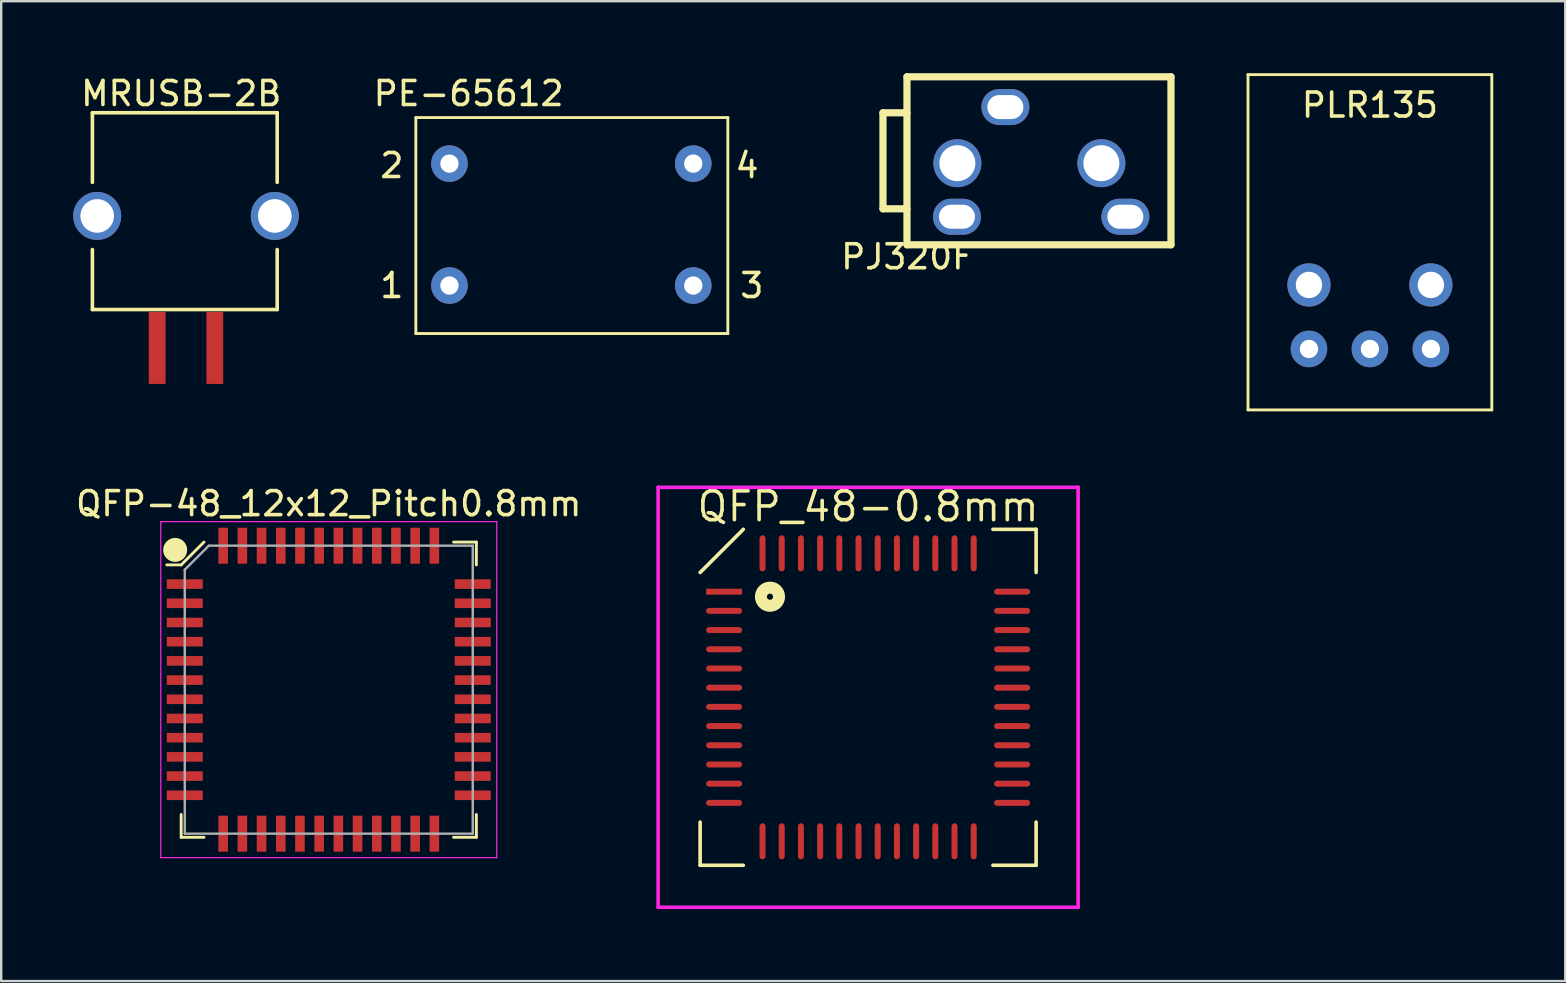
<source format=kicad_pcb>
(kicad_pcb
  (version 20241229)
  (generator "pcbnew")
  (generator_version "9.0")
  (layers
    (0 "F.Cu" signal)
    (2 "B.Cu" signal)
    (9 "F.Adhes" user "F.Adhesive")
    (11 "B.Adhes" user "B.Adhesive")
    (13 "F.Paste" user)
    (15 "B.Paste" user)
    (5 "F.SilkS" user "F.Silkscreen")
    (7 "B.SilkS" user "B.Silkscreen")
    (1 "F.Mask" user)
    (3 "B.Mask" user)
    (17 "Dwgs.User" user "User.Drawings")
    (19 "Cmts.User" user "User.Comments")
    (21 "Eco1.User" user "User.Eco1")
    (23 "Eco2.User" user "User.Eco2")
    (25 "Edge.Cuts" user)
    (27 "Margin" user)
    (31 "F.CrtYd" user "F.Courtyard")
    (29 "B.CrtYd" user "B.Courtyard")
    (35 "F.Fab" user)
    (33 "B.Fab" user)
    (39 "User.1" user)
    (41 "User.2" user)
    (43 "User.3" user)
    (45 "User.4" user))
  (footprint "QFP_48-0.8mm"
    (layer "F.Cu")
    (at 33.123 26.005)
    (property "Reference" "QFP_48-0.8mm" (at 0 -7.95 0) (layer "F.SilkS") (effects (font (size 1.2 1.2) (thickness 0.15))))
    (attr through_hole)
    (fp_line (start -7 -5.2) (end -5.2 -7) (stroke (width 0.15) (type solid)) (layer "F.SilkS"))
    (fp_line (start -7 7) (end -7 5.2) (stroke (width 0.15) (type solid)) (layer "F.SilkS"))
    (fp_line (start -5.2 7) (end -7 7) (stroke (width 0.15) (type solid)) (layer "F.SilkS"))
    (fp_line (start 5.2 -7) (end 7 -7) (stroke (width 0.15) (type solid)) (layer "F.SilkS"))
    (fp_line (start 5.2 7) (end 7 7) (stroke (width 0.15) (type solid)) (layer "F.SilkS"))
    (fp_line (start 7 -7) (end 7 -5.2) (stroke (width 0.15) (type solid)) (layer "F.SilkS"))
    (fp_line (start 7 7) (end 7 5.2) (stroke (width 0.15) (type solid)) (layer "F.SilkS"))
    (fp_circle (center -4.089 -4.191) (end -4.216 -4.547) (stroke (width 0.5) (type solid)) (fill no) (layer "F.SilkS"))
    (fp_line (start -8.75 -8.75) (end 8.75 -8.75) (stroke (width 0.15) (type solid)) (layer "F.CrtYd"))
    (fp_line (start -8.75 8.75) (end -8.75 -8.75) (stroke (width 0.15) (type solid)) (layer "F.CrtYd"))
    (fp_line (start 8.75 -8.75) (end 8.75 8.75) (stroke (width 0.15) (type solid)) (layer "F.CrtYd"))
    (fp_line (start 8.75 8.75) (end -8.75 8.75) (stroke (width 0.15) (type solid)) (layer "F.CrtYd"))
    (pad "1" smd rect (at -6 -4.4 90) (size 0.25 1.5) (layers "F.Cu" "F.Mask" "F.Paste"))
    (pad "2" smd oval (at -6 -3.6 90) (size 0.25 1.5) (layers "F.Cu" "F.Mask" "F.Paste"))
    (pad "3" smd oval (at -6 -2.8 90) (size 0.25 1.5) (layers "F.Cu" "F.Mask" "F.Paste"))
    (pad "4" smd oval (at -6 -2 90) (size 0.25 1.5) (layers "F.Cu" "F.Mask" "F.Paste"))
    (pad "5" smd oval (at -6 -1.2 90) (size 0.25 1.5) (layers "F.Cu" "F.Mask" "F.Paste"))
    (pad "6" smd oval (at -6 -0.4 90) (size 0.25 1.5) (layers "F.Cu" "F.Mask" "F.Paste"))
    (pad "7" smd oval (at -6 0.4 90) (size 0.25 1.5) (layers "F.Cu" "F.Mask" "F.Paste"))
    (pad "8" smd oval (at -6 1.2 90) (size 0.25 1.5) (layers "F.Cu" "F.Mask" "F.Paste"))
    (pad "9" smd oval (at -6 2 90) (size 0.25 1.5) (layers "F.Cu" "F.Mask" "F.Paste"))
    (pad "10" smd oval (at -6 2.8 90) (size 0.25 1.5) (layers "F.Cu" "F.Mask" "F.Paste"))
    (pad "11" smd oval (at -6 3.6 90) (size 0.25 1.5) (layers "F.Cu" "F.Mask" "F.Paste"))
    (pad "12" smd oval (at -6 4.4 90) (size 0.25 1.5) (layers "F.Cu" "F.Mask" "F.Paste"))
    (pad "13" smd oval (at -4.4 6) (size 0.25 1.5) (layers "F.Cu" "F.Mask" "F.Paste"))
    (pad "14" smd oval (at -3.6 6) (size 0.25 1.5) (layers "F.Cu" "F.Mask" "F.Paste"))
    (pad "15" smd oval (at -2.8 6) (size 0.25 1.5) (layers "F.Cu" "F.Mask" "F.Paste"))
    (pad "16" smd oval (at -2 6) (size 0.25 1.5) (layers "F.Cu" "F.Mask" "F.Paste"))
    (pad "17" smd oval (at -1.2 6) (size 0.25 1.5) (layers "F.Cu" "F.Mask" "F.Paste"))
    (pad "18" smd oval (at -0.4 6) (size 0.25 1.5) (layers "F.Cu" "F.Mask" "F.Paste"))
    (pad "19" smd oval (at 0.4 6) (size 0.25 1.5) (layers "F.Cu" "F.Mask" "F.Paste"))
    (pad "20" smd oval (at 1.2 6) (size 0.25 1.5) (layers "F.Cu" "F.Mask" "F.Paste"))
    (pad "21" smd oval (at 2 6) (size 0.25 1.5) (layers "F.Cu" "F.Mask" "F.Paste"))
    (pad "22" smd oval (at 2.8 6) (size 0.25 1.5) (layers "F.Cu" "F.Mask" "F.Paste"))
    (pad "23" smd oval (at 3.6 6) (size 0.25 1.5) (layers "F.Cu" "F.Mask" "F.Paste"))
    (pad "24" smd oval (at 4.4 6) (size 0.25 1.5) (layers "F.Cu" "F.Mask" "F.Paste"))
    (pad "25" smd oval (at 6 4.4 90) (size 0.25 1.5) (layers "F.Cu" "F.Mask" "F.Paste"))
    (pad "26" smd oval (at 6 3.6 90) (size 0.25 1.5) (layers "F.Cu" "F.Mask" "F.Paste"))
    (pad "27" smd oval (at 6 2.8 90) (size 0.25 1.5) (layers "F.Cu" "F.Mask" "F.Paste"))
    (pad "28" smd oval (at 6 2 90) (size 0.25 1.5) (layers "F.Cu" "F.Mask" "F.Paste"))
    (pad "29" smd oval (at 6 1.2 90) (size 0.25 1.5) (layers "F.Cu" "F.Mask" "F.Paste"))
    (pad "30" smd oval (at 6 0.4 90) (size 0.25 1.5) (layers "F.Cu" "F.Mask" "F.Paste"))
    (pad "31" smd oval (at 6 -0.4 90) (size 0.25 1.5) (layers "F.Cu" "F.Mask" "F.Paste"))
    (pad "32" smd oval (at 6 -1.2 90) (size 0.25 1.5) (layers "F.Cu" "F.Mask" "F.Paste"))
    (pad "33" smd oval (at 6 -2 90) (size 0.25 1.5) (layers "F.Cu" "F.Mask" "F.Paste"))
    (pad "34" smd oval (at 6 -2.8 90) (size 0.25 1.5) (layers "F.Cu" "F.Mask" "F.Paste"))
    (pad "35" smd oval (at 6 -3.6 90) (size 0.25 1.5) (layers "F.Cu" "F.Mask" "F.Paste"))
    (pad "36" smd oval (at 6 -4.4 90) (size 0.25 1.5) (layers "F.Cu" "F.Mask" "F.Paste"))
    (pad "37" smd oval (at 4.4 -6) (size 0.25 1.5) (layers "F.Cu" "F.Mask" "F.Paste"))
    (pad "38" smd oval (at 3.6 -6) (size 0.25 1.5) (layers "F.Cu" "F.Mask" "F.Paste"))
    (pad "39" smd oval (at 2.8 -6) (size 0.25 1.5) (layers "F.Cu" "F.Mask" "F.Paste"))
    (pad "40" smd oval (at 2 -6) (size 0.25 1.5) (layers "F.Cu" "F.Mask" "F.Paste"))
    (pad "41" smd oval (at 1.2 -6) (size 0.25 1.5) (layers "F.Cu" "F.Mask" "F.Paste"))
    (pad "42" smd oval (at 0.4 -6) (size 0.25 1.5) (layers "F.Cu" "F.Mask" "F.Paste"))
    (pad "43" smd oval (at -0.4 -6) (size 0.25 1.5) (layers "F.Cu" "F.Mask" "F.Paste"))
    (pad "44" smd oval (at -1.2 -6) (size 0.25 1.5) (layers "F.Cu" "F.Mask" "F.Paste"))
    (pad "45" smd oval (at -2 -6) (size 0.25 1.5) (layers "F.Cu" "F.Mask" "F.Paste"))
    (pad "46" smd oval (at -2.8 -6) (size 0.25 1.5) (layers "F.Cu" "F.Mask" "F.Paste"))
    (pad "47" smd oval (at -3.6 -6) (size 0.25 1.5) (layers "F.Cu" "F.Mask" "F.Paste"))
    (pad "48" smd oval (at -4.4 -6) (size 0.25 1.5) (layers "F.Cu" "F.Mask" "F.Paste")))
  (footprint "PE-65612"
    (layer "F.Cu")
    (at 15.677 8.848)
    (property "Reference" "PE-65612" (at 0.8 -8 0) (layer "F.SilkS") (effects (font (size 1 1) (thickness 0.15))))
    (attr through_hole)
    (fp_line (start -1.4 -7) (end 11.6 -7) (stroke (width 0.12) (type solid)) (layer "F.SilkS"))
    (fp_line (start -1.4 2) (end -1.4 -7) (stroke (width 0.12) (type solid)) (layer "F.SilkS"))
    (fp_line (start 11.6 -7) (end 11.6 2) (stroke (width 0.12) (type solid)) (layer "F.SilkS"))
    (fp_line (start 11.6 2) (end -1.4 2) (stroke (width 0.12) (type solid)) (layer "F.SilkS"))
    (fp_text user "4" (at 12.4 -5 0) (layer "F.SilkS") (effects (font (size 1 1) (thickness 0.15))))
    (fp_text user "2" (at -2.4 -5 0) (layer "F.SilkS") (effects (font (size 1 1) (thickness 0.15))))
    (fp_text user "3" (at 12.6 0 0) (layer "F.SilkS") (effects (font (size 1 1) (thickness 0.15))))
    (fp_text user "1" (at -2.4 0 0) (layer "F.SilkS") (effects (font (size 1 1) (thickness 0.15))))
    (pad "1" thru_hole circle (at 0 0) (size 1.524 1.524) (drill 0.762) (layers "*.Cu" "*.Mask"))
    (pad "2" thru_hole circle (at 0 -5.08) (size 1.524 1.524) (drill 0.762) (layers "*.Cu" "*.Mask"))
    (pad "3" thru_hole circle (at 10.16 0) (size 1.524 1.524) (drill 0.762) (layers "*.Cu" "*.Mask"))
    (pad "4" thru_hole circle (at 10.16 -5.08) (size 1.524 1.524) (drill 0.762) (layers "*.Cu" "*.Mask")))
  (footprint "QFP-48_12x12_Pitch0.8mm"
    (layer "F.Cu")
    (at 10.649 25.688)
    (property "Reference" "QFP-48_12x12_Pitch0.8mm" (at 0 -7.75 0) (layer "F.SilkS") (effects (font (size 1 1) (thickness 0.15))))
    (attr smd)
    (fp_line (start -6.15 -5.2) (end -6.75 -5.2) (stroke (width 0.12) (type solid)) (layer "F.SilkS"))
    (fp_line (start -6.15 6.15) (end -6.15 5.2) (stroke (width 0.12) (type solid)) (layer "F.SilkS"))
    (fp_line (start -5.2 -6.15) (end -6.15 -5.2) (stroke (width 0.12) (type solid)) (layer "F.SilkS"))
    (fp_line (start -5.2 6.15) (end -6.15 6.15) (stroke (width 0.12) (type solid)) (layer "F.SilkS"))
    (fp_line (start 5.2 -6.15) (end 6.15 -6.15) (stroke (width 0.12) (type solid)) (layer "F.SilkS"))
    (fp_line (start 5.2 6.15) (end 6.15 6.15) (stroke (width 0.12) (type solid)) (layer "F.SilkS"))
    (fp_line (start 6.15 -6.15) (end 6.15 -5.2) (stroke (width 0.12) (type solid)) (layer "F.SilkS"))
    (fp_line (start 6.15 6.15) (end 6.15 5.2) (stroke (width 0.12) (type solid)) (layer "F.SilkS"))
    (fp_circle (center -6.4 -5.824) (end -6.4 -5.824) (stroke (width 0.5) (type solid)) (fill no) (layer "F.SilkS"))
    (fp_line (start -7 -7) (end 7 -7) (stroke (width 0.05) (type solid)) (layer "F.CrtYd"))
    (fp_line (start -7 7) (end -7 -7) (stroke (width 0.05) (type solid)) (layer "F.CrtYd"))
    (fp_line (start 7 -7) (end 7 7) (stroke (width 0.05) (type solid)) (layer "F.CrtYd"))
    (fp_line (start 7 7) (end -7 7) (stroke (width 0.05) (type solid)) (layer "F.CrtYd"))
    (fp_line (start -6 -5) (end -6 6) (stroke (width 0.1) (type solid)) (layer "F.Fab"))
    (fp_line (start -6 6) (end 6 6) (stroke (width 0.1) (type solid)) (layer "F.Fab"))
    (fp_line (start -5 -6) (end -6 -5) (stroke (width 0.1) (type solid)) (layer "F.Fab"))
    (fp_line (start 6 -6) (end -5 -6) (stroke (width 0.1) (type solid)) (layer "F.Fab"))
    (fp_line (start 6 6) (end 6 -6) (stroke (width 0.1) (type solid)) (layer "F.Fab"))
    (pad "1" smd rect (at -6 -4.4 90) (size 0.4 1.5) (layers "F.Cu" "F.Mask" "F.Paste"))
    (pad "2" smd rect (at -6 -3.6 90) (size 0.4 1.5) (layers "F.Cu" "F.Mask" "F.Paste"))
    (pad "3" smd rect (at -6 -2.8 90) (size 0.4 1.5) (layers "F.Cu" "F.Mask" "F.Paste"))
    (pad "4" smd rect (at -6 -2 90) (size 0.4 1.5) (layers "F.Cu" "F.Mask" "F.Paste"))
    (pad "5" smd rect (at -6 -1.2 90) (size 0.4 1.5) (layers "F.Cu" "F.Mask" "F.Paste"))
    (pad "6" smd rect (at -6 -0.4 90) (size 0.4 1.5) (layers "F.Cu" "F.Mask" "F.Paste"))
    (pad "7" smd rect (at -6 0.4 90) (size 0.4 1.5) (layers "F.Cu" "F.Mask" "F.Paste"))
    (pad "8" smd rect (at -6 1.2 90) (size 0.4 1.5) (layers "F.Cu" "F.Mask" "F.Paste"))
    (pad "9" smd rect (at -6 2 90) (size 0.4 1.5) (layers "F.Cu" "F.Mask" "F.Paste"))
    (pad "10" smd rect (at -6 2.8 90) (size 0.4 1.5) (layers "F.Cu" "F.Mask" "F.Paste"))
    (pad "11" smd rect (at -6 3.6 90) (size 0.4 1.5) (layers "F.Cu" "F.Mask" "F.Paste"))
    (pad "12" smd rect (at -6 4.4 90) (size 0.4 1.5) (layers "F.Cu" "F.Mask" "F.Paste"))
    (pad "13" smd rect (at -4.4 6) (size 0.4 1.5) (layers "F.Cu" "F.Mask" "F.Paste"))
    (pad "14" smd rect (at -3.6 6) (size 0.4 1.5) (layers "F.Cu" "F.Mask" "F.Paste"))
    (pad "15" smd rect (at -2.8 6) (size 0.4 1.5) (layers "F.Cu" "F.Mask" "F.Paste"))
    (pad "16" smd rect (at -2 6) (size 0.4 1.5) (layers "F.Cu" "F.Mask" "F.Paste"))
    (pad "17" smd rect (at -1.2 6) (size 0.4 1.5) (layers "F.Cu" "F.Mask" "F.Paste"))
    (pad "18" smd rect (at -0.4 6) (size 0.4 1.5) (layers "F.Cu" "F.Mask" "F.Paste"))
    (pad "19" smd rect (at 0.4 6) (size 0.4 1.5) (layers "F.Cu" "F.Mask" "F.Paste"))
    (pad "20" smd rect (at 1.2 6) (size 0.4 1.5) (layers "F.Cu" "F.Mask" "F.Paste"))
    (pad "21" smd rect (at 2 6) (size 0.4 1.5) (layers "F.Cu" "F.Mask" "F.Paste"))
    (pad "22" smd rect (at 2.8 6) (size 0.4 1.5) (layers "F.Cu" "F.Mask" "F.Paste"))
    (pad "23" smd rect (at 3.6 6) (size 0.4 1.5) (layers "F.Cu" "F.Mask" "F.Paste"))
    (pad "24" smd rect (at 4.4 6) (size 0.4 1.5) (layers "F.Cu" "F.Mask" "F.Paste"))
    (pad "25" smd rect (at 6 4.4 90) (size 0.4 1.5) (layers "F.Cu" "F.Mask" "F.Paste"))
    (pad "26" smd rect (at 6 3.6 90) (size 0.4 1.5) (layers "F.Cu" "F.Mask" "F.Paste"))
    (pad "27" smd rect (at 6 2.8 90) (size 0.4 1.5) (layers "F.Cu" "F.Mask" "F.Paste"))
    (pad "28" smd rect (at 6 2 90) (size 0.4 1.5) (layers "F.Cu" "F.Mask" "F.Paste"))
    (pad "29" smd rect (at 6 1.2 90) (size 0.4 1.5) (layers "F.Cu" "F.Mask" "F.Paste"))
    (pad "30" smd rect (at 6 0.4 90) (size 0.4 1.5) (layers "F.Cu" "F.Mask" "F.Paste"))
    (pad "31" smd rect (at 6 -0.4 90) (size 0.4 1.5) (layers "F.Cu" "F.Mask" "F.Paste"))
    (pad "32" smd rect (at 6 -1.2 90) (size 0.4 1.5) (layers "F.Cu" "F.Mask" "F.Paste"))
    (pad "33" smd rect (at 6 -2 90) (size 0.4 1.5) (layers "F.Cu" "F.Mask" "F.Paste"))
    (pad "34" smd rect (at 6 -2.8 90) (size 0.4 1.5) (layers "F.Cu" "F.Mask" "F.Paste"))
    (pad "35" smd rect (at 6 -3.6 90) (size 0.4 1.5) (layers "F.Cu" "F.Mask" "F.Paste"))
    (pad "36" smd rect (at 6 -4.4 90) (size 0.4 1.5) (layers "F.Cu" "F.Mask" "F.Paste"))
    (pad "37" smd rect (at 4.4 -6) (size 0.4 1.5) (layers "F.Cu" "F.Mask" "F.Paste"))
    (pad "38" smd rect (at 3.6 -6) (size 0.4 1.5) (layers "F.Cu" "F.Mask" "F.Paste"))
    (pad "39" smd rect (at 2.8 -6) (size 0.4 1.5) (layers "F.Cu" "F.Mask" "F.Paste"))
    (pad "40" smd rect (at 2 -6) (size 0.4 1.5) (layers "F.Cu" "F.Mask" "F.Paste"))
    (pad "41" smd rect (at 1.2 -6) (size 0.4 1.5) (layers "F.Cu" "F.Mask" "F.Paste"))
    (pad "42" smd rect (at 0.4 -6) (size 0.4 1.5) (layers "F.Cu" "F.Mask" "F.Paste"))
    (pad "43" smd rect (at -0.4 -6) (size 0.4 1.5) (layers "F.Cu" "F.Mask" "F.Paste"))
    (pad "44" smd rect (at -1.2 -6) (size 0.4 1.5) (layers "F.Cu" "F.Mask" "F.Paste"))
    (pad "45" smd rect (at -2 -6) (size 0.4 1.5) (layers "F.Cu" "F.Mask" "F.Paste"))
    (pad "46" smd rect (at -2.8 -6) (size 0.4 1.5) (layers "F.Cu" "F.Mask" "F.Paste"))
    (pad "47" smd rect (at -3.6 -6) (size 0.4 1.5) (layers "F.Cu" "F.Mask" "F.Paste"))
    (pad "48" smd rect (at -4.4 -6) (size 0.4 1.5) (layers "F.Cu" "F.Mask" "F.Paste")))
  (footprint "PJ320F"
    (layer "F.Cu")
    (at 34.742 7.15)
    (property "Reference" "PJ320F" (at 0 0.5 0) (layer "F.SilkS") (effects (font (size 1 1) (thickness 0.15))))
    (attr through_hole)
    (fp_line (start -1 -5.5) (end -1 -1.5) (stroke (width 0.3) (type solid)) (layer "F.SilkS"))
    (fp_line (start -1 -1.5) (end 0 -1.5) (stroke (width 0.3) (type solid)) (layer "F.SilkS"))
    (fp_line (start 0 -7) (end 0 0) (stroke (width 0.3) (type solid)) (layer "F.SilkS"))
    (fp_line (start 0 -7) (end 11 -7) (stroke (width 0.3) (type solid)) (layer "F.SilkS"))
    (fp_line (start 0 -5.5) (end -1 -5.5) (stroke (width 0.3) (type solid)) (layer "F.SilkS"))
    (fp_line (start 11 -7) (end 11 0) (stroke (width 0.3) (type solid)) (layer "F.SilkS"))
    (fp_line (start 11 0) (end 0 0) (stroke (width 0.3) (type solid)) (layer "F.SilkS"))
    (pad "" np_thru_hole circle (at 2.1 -3.4) (size 2 2) (drill 1.5) (layers "*.Cu" "*.Mask"))
    (pad "" np_thru_hole circle (at 8.1 -3.4) (size 2 2) (drill 1.5) (layers "*.Cu" "*.Mask"))
    (pad "1" thru_hole oval (at 2.083 -1.168) (size 2 1.5) (drill oval 1.5 1) (layers "*.Cu" "*.Paste" "*.Mask"))
    (pad "2" thru_hole oval (at 9.1 -1.168) (size 2 1.5) (drill oval 1.5 1) (layers "*.Cu" "*.Paste" "*.Mask"))
    (pad "3" thru_hole oval (at 4.1 -5.74) (size 2 1.5) (drill oval 1.5 1) (layers "*.Cu" "*.Paste" "*.Mask")))
  (footprint "PLR135"
    (layer "F.Cu")
    (at 51.492 11.49)
    (property "Reference" "PLR135" (at 2.54 -10.16 0) (layer "F.SilkS") (effects (font (size 1 1) (thickness 0.15))))
    (attr through_hole)
    (fp_line (start -2.54 -11.43) (end -2.54 2.54) (stroke (width 0.12) (type solid)) (layer "F.SilkS"))
    (fp_line (start -2.54 2.54) (end 7.62 2.54) (stroke (width 0.12) (type solid)) (layer "F.SilkS"))
    (fp_line (start 7.62 -11.43) (end -2.54 -11.43) (stroke (width 0.12) (type solid)) (layer "F.SilkS"))
    (fp_line (start 7.62 2.54) (end 7.62 -11.43) (stroke (width 0.12) (type solid)) (layer "F.SilkS"))
    (pad "1" thru_hole circle (at 0 0) (size 1.524 1.524) (drill 0.762) (layers "*.Cu" "*.Mask"))
    (pad "2" thru_hole circle (at 2.54 0) (size 1.524 1.524) (drill 0.762) (layers "*.Cu" "*.Mask"))
    (pad "3" thru_hole circle (at 5.08 0) (size 1.524 1.524) (drill 0.762) (layers "*.Cu" "*.Mask"))
    (pad "4" thru_hole circle (at 0 -2.667) (size 1.8 1.8) (drill 1.1) (layers "*.Cu" "*.Mask"))
    (pad "5" thru_hole circle (at 5.08 -2.667) (size 1.8 1.8) (drill 1.1) (layers "*.Cu" "*.Mask")))
  (footprint "MRUSB-2B"
    (layer "F.Cu")
    (at 4.7 5.648)
    (property "Reference" "MRUSB-2B" (at -0.2 -4.8 0) (layer "F.SilkS") (effects (font (size 1 1) (thickness 0.15))))
    (attr through_hole)
    (fp_line (start -3.9 -4) (end -3.9 -1.1) (stroke (width 0.15) (type solid)) (layer "F.SilkS"))
    (fp_line (start -3.9 -4) (end 3.8 -4) (stroke (width 0.15) (type solid)) (layer "F.SilkS"))
    (fp_line (start -3.9 4.2) (end -3.9 1.7) (stroke (width 0.15) (type solid)) (layer "F.SilkS"))
    (fp_line (start 3.8 -4) (end 3.8 -1.1) (stroke (width 0.15) (type solid)) (layer "F.SilkS"))
    (fp_line (start 3.8 4.2) (end -3.9 4.2) (stroke (width 0.15) (type solid)) (layer "F.SilkS"))
    (fp_line (start 3.8 4.2) (end 3.8 1.7) (stroke (width 0.15) (type solid)) (layer "F.SilkS"))
    (pad "GND" smd rect (at -1.2 5.8) (size 0.7 3) (layers "F.Cu" "F.Mask" "F.Paste"))
    (pad "S" thru_hole circle (at -3.7 0.3) (size 2 2) (drill 1.4) (layers "*.Cu" "*.Mask"))
    (pad "S" thru_hole circle (at 3.7 0.3) (size 2 2) (drill 1.4) (layers "*.Cu" "*.Mask"))
    (pad "VBUS" smd rect (at 1.2 5.8) (size 0.7 3) (layers "F.Cu" "F.Mask" "F.Paste")))
  (gr_rect
    (start -3 -3)
    (end 62.172 37.83)
    (stroke (width 0.1) (type default))
    (fill no)
    (layer "Edge.Cuts")))
</source>
